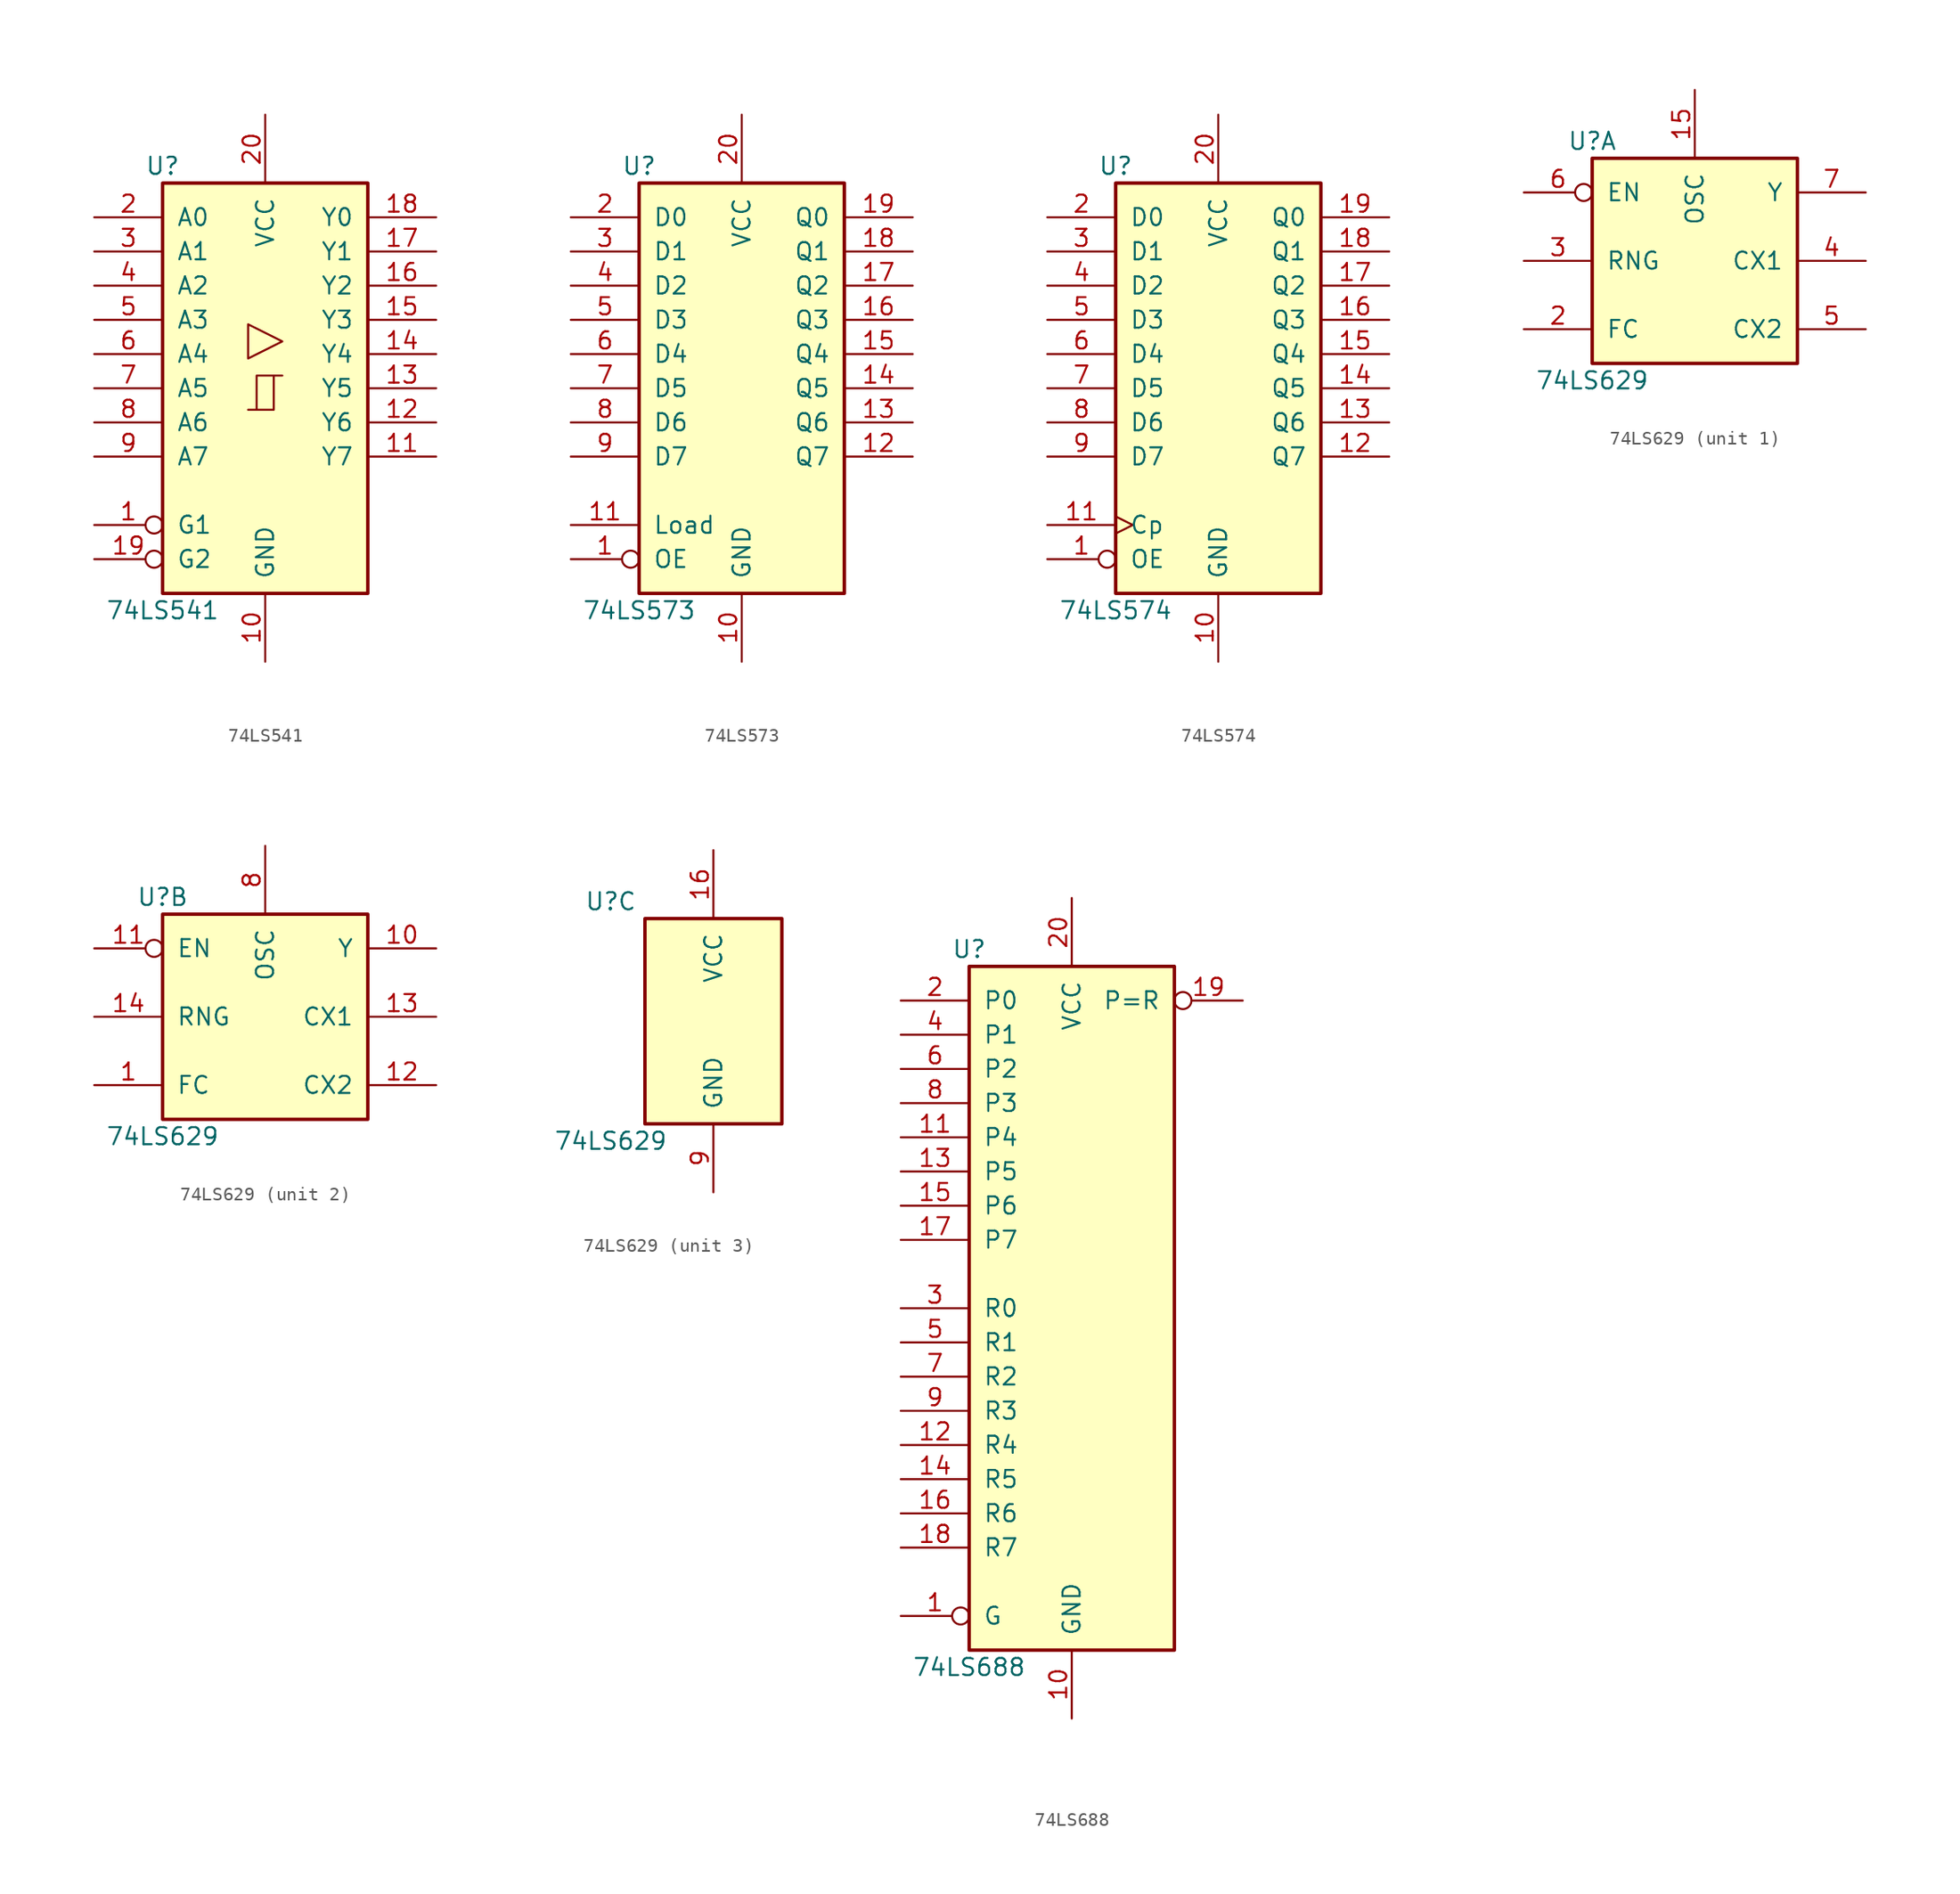
<source format=kicad_sym>
(kicad_symbol_lib
  (version 20201005)
  (generator kicad_symbol_editor)
  (symbol "74LS541"
    (pin_names
      (offset 1.016))
    (property "Reference" "U"
      (at -7.62 16.51 0)
      (effects (font (size 1.27 1.27))))
    (property "Value" "74LS541"
      (at -7.62 -16.51 0)
      (effects (font (size 1.27 1.27))))
    (property "ki_locked" ""
      (at 0 0 0)
      (effects (font (size 1.27 1.27))))
    (symbol "74LS541_1_0"
      (polyline (pts (xy -0.635 -1.6) (xy -0.635 0.94) (xy 0.635 0.94)) (stroke (width 0)) (fill (type none)))
      (polyline (pts (xy -1.27 -1.6) (xy 0.635 -1.6) (xy 0.635 0.94) (xy 1.27 0.94)) (stroke (width 0)) (fill (type none)))
      (polyline (pts (xy 1.27 3.48) (xy -1.27 4.75) (xy -1.27 2.21) (xy 1.27 3.48)) (stroke (width 0.152)) (fill (type none)))
      (pin input inverted (at -12.7 -10.16 0) (length 5.08) (name "G1" (effects (font (size 1.27 1.27)))) (number "1" (effects (font (size 1.27 1.27)))))
      (pin power_in line (at 0 -20.32 90) (length 5.08) (name "GND" (effects (font (size 1.27 1.27)))) (number "10" (effects (font (size 1.27 1.27)))))
      (pin tri_state line (at 12.7 -5.08 180) (length 5.08) (name "Y7" (effects (font (size 1.27 1.27)))) (number "11" (effects (font (size 1.27 1.27)))))
      (pin tri_state line (at 12.7 -2.54 180) (length 5.08) (name "Y6" (effects (font (size 1.27 1.27)))) (number "12" (effects (font (size 1.27 1.27)))))
      (pin tri_state line (at 12.7 0 180) (length 5.08) (name "Y5" (effects (font (size 1.27 1.27)))) (number "13" (effects (font (size 1.27 1.27)))))
      (pin tri_state line (at 12.7 2.54 180) (length 5.08) (name "Y4" (effects (font (size 1.27 1.27)))) (number "14" (effects (font (size 1.27 1.27)))))
      (pin tri_state line (at 12.7 5.08 180) (length 5.08) (name "Y3" (effects (font (size 1.27 1.27)))) (number "15" (effects (font (size 1.27 1.27)))))
      (pin tri_state line (at 12.7 7.62 180) (length 5.08) (name "Y2" (effects (font (size 1.27 1.27)))) (number "16" (effects (font (size 1.27 1.27)))))
      (pin tri_state line (at 12.7 10.16 180) (length 5.08) (name "Y1" (effects (font (size 1.27 1.27)))) (number "17" (effects (font (size 1.27 1.27)))))
      (pin tri_state line (at 12.7 12.7 180) (length 5.08) (name "Y0" (effects (font (size 1.27 1.27)))) (number "18" (effects (font (size 1.27 1.27)))))
      (pin input inverted (at -12.7 -12.7 0) (length 5.08) (name "G2" (effects (font (size 1.27 1.27)))) (number "19" (effects (font (size 1.27 1.27)))))
      (pin input line (at -12.7 12.7 0) (length 5.08) (name "A0" (effects (font (size 1.27 1.27)))) (number "2" (effects (font (size 1.27 1.27)))))
      (pin power_in line (at 0 20.32 270) (length 5.08) (name "VCC" (effects (font (size 1.27 1.27)))) (number "20" (effects (font (size 1.27 1.27)))))
      (pin input line (at -12.7 10.16 0) (length 5.08) (name "A1" (effects (font (size 1.27 1.27)))) (number "3" (effects (font (size 1.27 1.27)))))
      (pin input line (at -12.7 7.62 0) (length 5.08) (name "A2" (effects (font (size 1.27 1.27)))) (number "4" (effects (font (size 1.27 1.27)))))
      (pin input line (at -12.7 5.08 0) (length 5.08) (name "A3" (effects (font (size 1.27 1.27)))) (number "5" (effects (font (size 1.27 1.27)))))
      (pin input line (at -12.7 2.54 0) (length 5.08) (name "A4" (effects (font (size 1.27 1.27)))) (number "6" (effects (font (size 1.27 1.27)))))
      (pin input line (at -12.7 0 0) (length 5.08) (name "A5" (effects (font (size 1.27 1.27)))) (number "7" (effects (font (size 1.27 1.27)))))
      (pin input line (at -12.7 -2.54 0) (length 5.08) (name "A6" (effects (font (size 1.27 1.27)))) (number "8" (effects (font (size 1.27 1.27)))))
      (pin input line (at -12.7 -5.08 0) (length 5.08) (name "A7" (effects (font (size 1.27 1.27)))) (number "9" (effects (font (size 1.27 1.27))))))
    (symbol "74LS541_1_1"
      (rectangle (start -7.62 15.24) (end 7.62 -15.24) (stroke (width 0.254)) (fill (type background)))))
  (symbol "74LS573"
    (pin_names
      (offset 1.016))
    (property "Reference" "U"
      (at -7.62 16.51 0)
      (effects (font (size 1.27 1.27))))
    (property "Value" "74LS573"
      (at -7.62 -16.51 0)
      (effects (font (size 1.27 1.27))))
    (property "ki_locked" ""
      (at 0 0 0)
      (effects (font (size 1.27 1.27))))
    (symbol "74LS573_1_0"
      (pin input inverted (at -12.7 -12.7 0) (length 5.08) (name "OE" (effects (font (size 1.27 1.27)))) (number "1" (effects (font (size 1.27 1.27)))))
      (pin power_in line (at 0 -20.32 90) (length 5.08) (name "GND" (effects (font (size 1.27 1.27)))) (number "10" (effects (font (size 1.27 1.27)))))
      (pin input line (at -12.7 -10.16 0) (length 5.08) (name "Load" (effects (font (size 1.27 1.27)))) (number "11" (effects (font (size 1.27 1.27)))))
      (pin tri_state line (at 12.7 -5.08 180) (length 5.08) (name "Q7" (effects (font (size 1.27 1.27)))) (number "12" (effects (font (size 1.27 1.27)))))
      (pin tri_state line (at 12.7 -2.54 180) (length 5.08) (name "Q6" (effects (font (size 1.27 1.27)))) (number "13" (effects (font (size 1.27 1.27)))))
      (pin tri_state line (at 12.7 0 180) (length 5.08) (name "Q5" (effects (font (size 1.27 1.27)))) (number "14" (effects (font (size 1.27 1.27)))))
      (pin tri_state line (at 12.7 2.54 180) (length 5.08) (name "Q4" (effects (font (size 1.27 1.27)))) (number "15" (effects (font (size 1.27 1.27)))))
      (pin tri_state line (at 12.7 5.08 180) (length 5.08) (name "Q3" (effects (font (size 1.27 1.27)))) (number "16" (effects (font (size 1.27 1.27)))))
      (pin tri_state line (at 12.7 7.62 180) (length 5.08) (name "Q2" (effects (font (size 1.27 1.27)))) (number "17" (effects (font (size 1.27 1.27)))))
      (pin tri_state line (at 12.7 10.16 180) (length 5.08) (name "Q1" (effects (font (size 1.27 1.27)))) (number "18" (effects (font (size 1.27 1.27)))))
      (pin tri_state line (at 12.7 12.7 180) (length 5.08) (name "Q0" (effects (font (size 1.27 1.27)))) (number "19" (effects (font (size 1.27 1.27)))))
      (pin input line (at -12.7 12.7 0) (length 5.08) (name "D0" (effects (font (size 1.27 1.27)))) (number "2" (effects (font (size 1.27 1.27)))))
      (pin power_in line (at 0 20.32 270) (length 5.08) (name "VCC" (effects (font (size 1.27 1.27)))) (number "20" (effects (font (size 1.27 1.27)))))
      (pin input line (at -12.7 10.16 0) (length 5.08) (name "D1" (effects (font (size 1.27 1.27)))) (number "3" (effects (font (size 1.27 1.27)))))
      (pin input line (at -12.7 7.62 0) (length 5.08) (name "D2" (effects (font (size 1.27 1.27)))) (number "4" (effects (font (size 1.27 1.27)))))
      (pin input line (at -12.7 5.08 0) (length 5.08) (name "D3" (effects (font (size 1.27 1.27)))) (number "5" (effects (font (size 1.27 1.27)))))
      (pin input line (at -12.7 2.54 0) (length 5.08) (name "D4" (effects (font (size 1.27 1.27)))) (number "6" (effects (font (size 1.27 1.27)))))
      (pin input line (at -12.7 0 0) (length 5.08) (name "D5" (effects (font (size 1.27 1.27)))) (number "7" (effects (font (size 1.27 1.27)))))
      (pin input line (at -12.7 -2.54 0) (length 5.08) (name "D6" (effects (font (size 1.27 1.27)))) (number "8" (effects (font (size 1.27 1.27)))))
      (pin input line (at -12.7 -5.08 0) (length 5.08) (name "D7" (effects (font (size 1.27 1.27)))) (number "9" (effects (font (size 1.27 1.27))))))
    (symbol "74LS573_1_1"
      (rectangle (start -7.62 15.24) (end 7.62 -15.24) (stroke (width 0.254)) (fill (type background)))))
  (symbol "74LS574"
    (pin_names
      (offset 1.016))
    (property "Reference" "U"
      (at -7.62 16.51 0)
      (effects (font (size 1.27 1.27))))
    (property "Value" "74LS574"
      (at -7.62 -16.51 0)
      (effects (font (size 1.27 1.27))))
    (property "ki_locked" ""
      (at 0 0 0)
      (effects (font (size 1.27 1.27))))
    (symbol "74LS574_1_0"
      (pin input inverted (at -12.7 -12.7 0) (length 5.08) (name "OE" (effects (font (size 1.27 1.27)))) (number "1" (effects (font (size 1.27 1.27)))))
      (pin power_in line (at 0 -20.32 90) (length 5.08) (name "GND" (effects (font (size 1.27 1.27)))) (number "10" (effects (font (size 1.27 1.27)))))
      (pin input clock (at -12.7 -10.16 0) (length 5.08) (name "Cp" (effects (font (size 1.27 1.27)))) (number "11" (effects (font (size 1.27 1.27)))))
      (pin tri_state line (at 12.7 -5.08 180) (length 5.08) (name "Q7" (effects (font (size 1.27 1.27)))) (number "12" (effects (font (size 1.27 1.27)))))
      (pin tri_state line (at 12.7 -2.54 180) (length 5.08) (name "Q6" (effects (font (size 1.27 1.27)))) (number "13" (effects (font (size 1.27 1.27)))))
      (pin tri_state line (at 12.7 0 180) (length 5.08) (name "Q5" (effects (font (size 1.27 1.27)))) (number "14" (effects (font (size 1.27 1.27)))))
      (pin tri_state line (at 12.7 2.54 180) (length 5.08) (name "Q4" (effects (font (size 1.27 1.27)))) (number "15" (effects (font (size 1.27 1.27)))))
      (pin tri_state line (at 12.7 5.08 180) (length 5.08) (name "Q3" (effects (font (size 1.27 1.27)))) (number "16" (effects (font (size 1.27 1.27)))))
      (pin tri_state line (at 12.7 7.62 180) (length 5.08) (name "Q2" (effects (font (size 1.27 1.27)))) (number "17" (effects (font (size 1.27 1.27)))))
      (pin tri_state line (at 12.7 10.16 180) (length 5.08) (name "Q1" (effects (font (size 1.27 1.27)))) (number "18" (effects (font (size 1.27 1.27)))))
      (pin tri_state line (at 12.7 12.7 180) (length 5.08) (name "Q0" (effects (font (size 1.27 1.27)))) (number "19" (effects (font (size 1.27 1.27)))))
      (pin input line (at -12.7 12.7 0) (length 5.08) (name "D0" (effects (font (size 1.27 1.27)))) (number "2" (effects (font (size 1.27 1.27)))))
      (pin power_in line (at 0 20.32 270) (length 5.08) (name "VCC" (effects (font (size 1.27 1.27)))) (number "20" (effects (font (size 1.27 1.27)))))
      (pin input line (at -12.7 10.16 0) (length 5.08) (name "D1" (effects (font (size 1.27 1.27)))) (number "3" (effects (font (size 1.27 1.27)))))
      (pin input line (at -12.7 7.62 0) (length 5.08) (name "D2" (effects (font (size 1.27 1.27)))) (number "4" (effects (font (size 1.27 1.27)))))
      (pin input line (at -12.7 5.08 0) (length 5.08) (name "D3" (effects (font (size 1.27 1.27)))) (number "5" (effects (font (size 1.27 1.27)))))
      (pin input line (at -12.7 2.54 0) (length 5.08) (name "D4" (effects (font (size 1.27 1.27)))) (number "6" (effects (font (size 1.27 1.27)))))
      (pin input line (at -12.7 0 0) (length 5.08) (name "D5" (effects (font (size 1.27 1.27)))) (number "7" (effects (font (size 1.27 1.27)))))
      (pin input line (at -12.7 -2.54 0) (length 5.08) (name "D6" (effects (font (size 1.27 1.27)))) (number "8" (effects (font (size 1.27 1.27)))))
      (pin input line (at -12.7 -5.08 0) (length 5.08) (name "D7" (effects (font (size 1.27 1.27)))) (number "9" (effects (font (size 1.27 1.27))))))
    (symbol "74LS574_1_1"
      (rectangle (start -7.62 15.24) (end 7.62 -15.24) (stroke (width 0.254)) (fill (type background)))))
  (symbol "74LS629"
    (pin_names
      (offset 1.016))
    (property "Reference" "U"
      (at -7.62 8.89 0)
      (effects (font (size 1.27 1.27))))
    (property "Value" "74LS629"
      (at -7.62 -8.89 0)
      (effects (font (size 1.27 1.27))))
    (property "ki_locked" ""
      (at 0 0 0)
      (effects (font (size 1.27 1.27))))
    (symbol "74LS629_1_0"
      (pin passive line (at 0 12.7 270) (length 5.08) (name "OSC" (effects (font (size 1.27 1.27)))) (number "15" (effects (font (size 1.27 1.27)))))
      (pin input line (at -12.7 -5.08 0) (length 5.08) (name "FC" (effects (font (size 1.27 1.27)))) (number "2" (effects (font (size 1.27 1.27)))))
      (pin input line (at -12.7 0 0) (length 5.08) (name "RNG" (effects (font (size 1.27 1.27)))) (number "3" (effects (font (size 1.27 1.27)))))
      (pin passive line (at 12.7 0 180) (length 5.08) (name "CX1" (effects (font (size 1.27 1.27)))) (number "4" (effects (font (size 1.27 1.27)))))
      (pin passive line (at 12.7 -5.08 180) (length 5.08) (name "CX2" (effects (font (size 1.27 1.27)))) (number "5" (effects (font (size 1.27 1.27)))))
      (pin input inverted (at -12.7 5.08 0) (length 5.08) (name "EN" (effects (font (size 1.27 1.27)))) (number "6" (effects (font (size 1.27 1.27)))))
      (pin output line (at 12.7 5.08 180) (length 5.08) (name "Y" (effects (font (size 1.27 1.27)))) (number "7" (effects (font (size 1.27 1.27))))))
    (symbol "74LS629_1_1"
      (rectangle (start -7.62 7.62) (end 7.62 -7.62) (stroke (width 0.254)) (fill (type background))))
    (symbol "74LS629_2_0"
      (pin input line (at -12.7 -5.08 0) (length 5.08) (name "FC" (effects (font (size 1.27 1.27)))) (number "1" (effects (font (size 1.27 1.27)))))
      (pin output line (at 12.7 5.08 180) (length 5.08) (name "Y" (effects (font (size 1.27 1.27)))) (number "10" (effects (font (size 1.27 1.27)))))
      (pin input inverted (at -12.7 5.08 0) (length 5.08) (name "EN" (effects (font (size 1.27 1.27)))) (number "11" (effects (font (size 1.27 1.27)))))
      (pin passive line (at 12.7 -5.08 180) (length 5.08) (name "CX2" (effects (font (size 1.27 1.27)))) (number "12" (effects (font (size 1.27 1.27)))))
      (pin passive line (at 12.7 0 180) (length 5.08) (name "CX1" (effects (font (size 1.27 1.27)))) (number "13" (effects (font (size 1.27 1.27)))))
      (pin input line (at -12.7 0 0) (length 5.08) (name "RNG" (effects (font (size 1.27 1.27)))) (number "14" (effects (font (size 1.27 1.27)))))
      (pin passive line (at 0 12.7 270) (length 5.08) (name "OSC" (effects (font (size 1.27 1.27)))) (number "8" (effects (font (size 1.27 1.27))))))
    (symbol "74LS629_2_1"
      (rectangle (start -7.62 7.62) (end 7.62 -7.62) (stroke (width 0.254)) (fill (type background))))
    (symbol "74LS629_3_0"
      (pin power_in line (at 0 12.7 270) (length 5.08) (name "VCC" (effects (font (size 1.27 1.27)))) (number "16" (effects (font (size 1.27 1.27)))))
      (pin power_in line (at 0 -12.7 90) (length 5.08) (name "GND" (effects (font (size 1.27 1.27)))) (number "9" (effects (font (size 1.27 1.27))))))
    (symbol "74LS629_3_1"
      (rectangle (start -5.08 7.62) (end 5.08 -7.62) (stroke (width 0.254)) (fill (type background)))))
  (symbol "74LS688"
    (pin_names
      (offset 1.016))
    (property "Reference" "U"
      (at -7.62 26.67 0)
      (effects (font (size 1.27 1.27))))
    (property "Value" "74LS688"
      (at -7.62 -26.67 0)
      (effects (font (size 1.27 1.27))))
    (property "ki_locked" ""
      (at 0 0 0)
      (effects (font (size 1.27 1.27))))
    (symbol "74LS688_1_0"
      (pin input inverted (at -12.7 -22.86 0) (length 5.08) (name "G" (effects (font (size 1.27 1.27)))) (number "1" (effects (font (size 1.27 1.27)))))
      (pin power_in line (at 0 -30.48 90) (length 5.08) (name "GND" (effects (font (size 1.27 1.27)))) (number "10" (effects (font (size 1.27 1.27)))))
      (pin input line (at -12.7 12.7 0) (length 5.08) (name "P4" (effects (font (size 1.27 1.27)))) (number "11" (effects (font (size 1.27 1.27)))))
      (pin input line (at -12.7 -10.16 0) (length 5.08) (name "R4" (effects (font (size 1.27 1.27)))) (number "12" (effects (font (size 1.27 1.27)))))
      (pin input line (at -12.7 10.16 0) (length 5.08) (name "P5" (effects (font (size 1.27 1.27)))) (number "13" (effects (font (size 1.27 1.27)))))
      (pin input line (at -12.7 -12.7 0) (length 5.08) (name "R5" (effects (font (size 1.27 1.27)))) (number "14" (effects (font (size 1.27 1.27)))))
      (pin input line (at -12.7 7.62 0) (length 5.08) (name "P6" (effects (font (size 1.27 1.27)))) (number "15" (effects (font (size 1.27 1.27)))))
      (pin input line (at -12.7 -15.24 0) (length 5.08) (name "R6" (effects (font (size 1.27 1.27)))) (number "16" (effects (font (size 1.27 1.27)))))
      (pin input line (at -12.7 5.08 0) (length 5.08) (name "P7" (effects (font (size 1.27 1.27)))) (number "17" (effects (font (size 1.27 1.27)))))
      (pin input line (at -12.7 -17.78 0) (length 5.08) (name "R7" (effects (font (size 1.27 1.27)))) (number "18" (effects (font (size 1.27 1.27)))))
      (pin output inverted (at 12.7 22.86 180) (length 5.08) (name "P=R" (effects (font (size 1.27 1.27)))) (number "19" (effects (font (size 1.27 1.27)))))
      (pin input line (at -12.7 22.86 0) (length 5.08) (name "P0" (effects (font (size 1.27 1.27)))) (number "2" (effects (font (size 1.27 1.27)))))
      (pin power_in line (at 0 30.48 270) (length 5.08) (name "VCC" (effects (font (size 1.27 1.27)))) (number "20" (effects (font (size 1.27 1.27)))))
      (pin input line (at -12.7 0 0) (length 5.08) (name "R0" (effects (font (size 1.27 1.27)))) (number "3" (effects (font (size 1.27 1.27)))))
      (pin input line (at -12.7 20.32 0) (length 5.08) (name "P1" (effects (font (size 1.27 1.27)))) (number "4" (effects (font (size 1.27 1.27)))))
      (pin input line (at -12.7 -2.54 0) (length 5.08) (name "R1" (effects (font (size 1.27 1.27)))) (number "5" (effects (font (size 1.27 1.27)))))
      (pin input line (at -12.7 17.78 0) (length 5.08) (name "P2" (effects (font (size 1.27 1.27)))) (number "6" (effects (font (size 1.27 1.27)))))
      (pin input line (at -12.7 -5.08 0) (length 5.08) (name "R2" (effects (font (size 1.27 1.27)))) (number "7" (effects (font (size 1.27 1.27)))))
      (pin input line (at -12.7 15.24 0) (length 5.08) (name "P3" (effects (font (size 1.27 1.27)))) (number "8" (effects (font (size 1.27 1.27)))))
      (pin input line (at -12.7 -7.62 0) (length 5.08) (name "R3" (effects (font (size 1.27 1.27)))) (number "9" (effects (font (size 1.27 1.27))))))
    (symbol "74LS688_1_1"
      (rectangle (start -7.62 25.4) (end 7.62 -25.4) (stroke (width 0.254)) (fill (type background))))))
</source>
